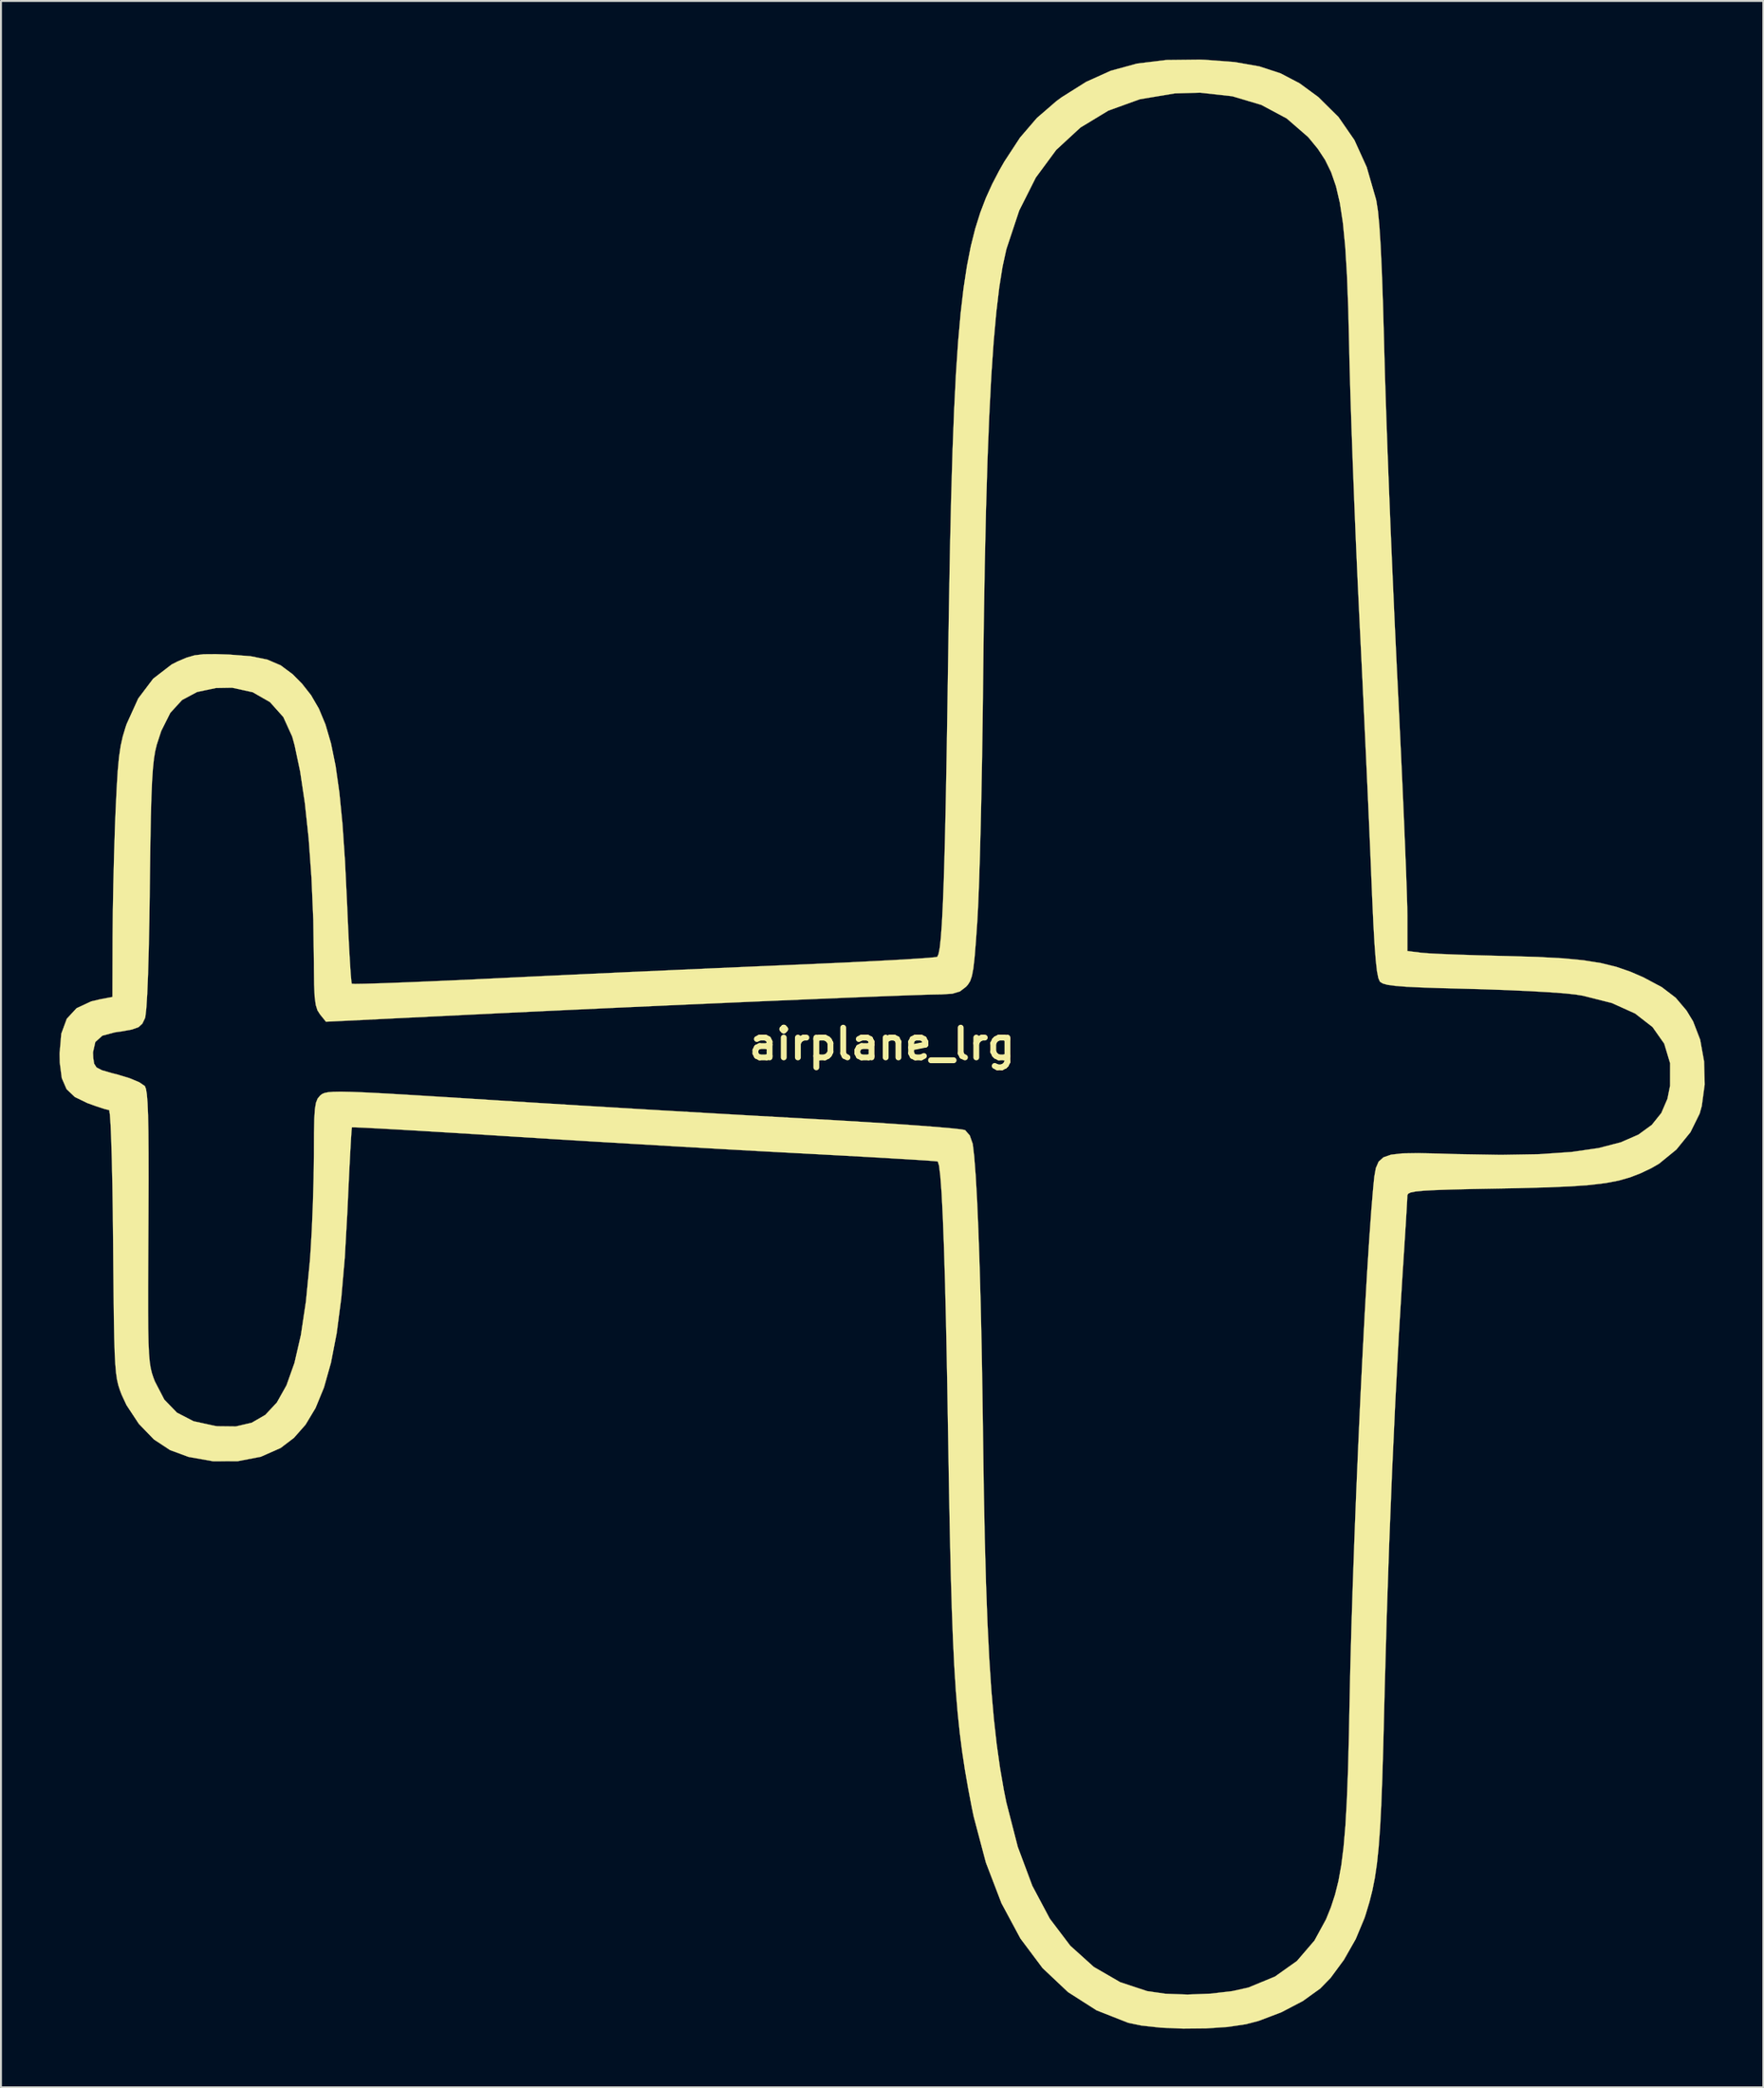
<source format=kicad_pcb>
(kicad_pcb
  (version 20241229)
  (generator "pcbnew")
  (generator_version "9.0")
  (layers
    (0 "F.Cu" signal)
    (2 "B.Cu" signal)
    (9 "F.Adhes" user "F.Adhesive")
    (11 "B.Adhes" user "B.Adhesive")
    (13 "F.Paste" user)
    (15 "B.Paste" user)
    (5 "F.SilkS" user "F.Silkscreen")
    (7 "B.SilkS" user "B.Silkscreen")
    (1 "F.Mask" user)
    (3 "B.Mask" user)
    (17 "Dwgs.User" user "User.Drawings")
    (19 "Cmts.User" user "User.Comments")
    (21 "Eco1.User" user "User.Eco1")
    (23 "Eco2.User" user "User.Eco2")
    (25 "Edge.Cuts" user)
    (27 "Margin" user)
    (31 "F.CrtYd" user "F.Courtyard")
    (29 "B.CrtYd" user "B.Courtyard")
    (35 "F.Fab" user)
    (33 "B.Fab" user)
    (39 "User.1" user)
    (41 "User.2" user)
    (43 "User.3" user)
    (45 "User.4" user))
  (footprint "airplane_lrg"
    (layer "F.Cu")
    (at 42.169 50.432)
    (property "Reference" "airplane_lrg" (at 0 0 0) (layer "F.SilkS") (effects (font (size 1.524 1.524) (thickness 0.3))))
    (attr through_hole)
    (fp_poly (pts (xy 16.554 -50.417) (xy 18.073 -50.302) (xy 19.338 -50.08) (xy 20.422 -49.725) (xy 21.399 -49.214) (xy 22.344 -48.522) (xy 22.366 -48.504) (xy 23.393 -47.487) (xy 24.208 -46.309) (xy 24.84 -44.919) (xy 25.317 -43.268) (xy 25.336 -43.18) (xy 25.414 -42.686) (xy 25.486 -41.932) (xy 25.553 -40.902) (xy 25.614 -39.582) (xy 25.672 -37.956) (xy 25.727 -36.01) (xy 25.738 -35.56) (xy 25.778 -34.123) (xy 25.834 -32.406) (xy 25.903 -30.471) (xy 25.983 -28.375) (xy 26.072 -26.178) (xy 26.168 -23.94) (xy 26.267 -21.719) (xy 26.368 -19.576) (xy 26.41 -18.721) (xy 26.503 -16.821) (xy 26.591 -14.973) (xy 26.672 -13.215) (xy 26.744 -11.58) (xy 26.806 -10.107) (xy 26.857 -8.831) (xy 26.894 -7.789) (xy 26.917 -7.016) (xy 26.924 -6.581) (xy 26.924 -4.762) (xy 27.644 -4.672) (xy 28.028 -4.642) (xy 28.688 -4.608) (xy 29.562 -4.574) (xy 30.586 -4.541) (xy 31.699 -4.512) (xy 32.004 -4.505) (xy 33.581 -4.459) (xy 34.877 -4.39) (xy 35.946 -4.288) (xy 36.845 -4.145) (xy 37.631 -3.953) (xy 38.359 -3.702) (xy 39.017 -3.417) (xy 39.969 -2.909) (xy 40.677 -2.369) (xy 41.23 -1.718) (xy 41.571 -1.157) (xy 41.933 -0.218) (xy 42.134 0.899) (xy 42.164 2.073) (xy 42.015 3.18) (xy 41.907 3.566) (xy 41.434 4.522) (xy 40.712 5.411) (xy 39.825 6.134) (xy 39.422 6.366) (xy 38.877 6.625) (xy 38.336 6.834) (xy 37.754 6.999) (xy 37.085 7.127) (xy 36.284 7.223) (xy 35.306 7.294) (xy 34.105 7.346) (xy 32.636 7.386) (xy 31.708 7.404) (xy 30.301 7.43) (xy 29.198 7.456) (xy 28.361 7.484) (xy 27.756 7.517) (xy 27.345 7.557) (xy 27.093 7.607) (xy 26.965 7.67) (xy 26.924 7.749) (xy 26.923 7.766) (xy 26.912 8.01) (xy 26.882 8.539) (xy 26.836 9.302) (xy 26.776 10.245) (xy 26.707 11.317) (xy 26.672 11.853) (xy 26.483 14.965) (xy 26.304 18.343) (xy 26.139 21.916) (xy 25.991 25.614) (xy 25.864 29.364) (xy 25.759 33.094) (xy 25.738 33.951) (xy 25.689 35.921) (xy 25.639 37.588) (xy 25.585 38.992) (xy 25.524 40.169) (xy 25.451 41.156) (xy 25.364 41.991) (xy 25.259 42.711) (xy 25.132 43.353) (xy 24.98 43.954) (xy 24.8 44.552) (xy 24.727 44.777) (xy 24.277 45.855) (xy 23.673 46.916) (xy 22.989 47.844) (xy 22.459 48.388) (xy 21.565 49.03) (xy 20.465 49.605) (xy 19.295 50.049) (xy 18.647 50.218) (xy 17.718 50.356) (xy 16.612 50.431) (xy 15.433 50.443) (xy 14.289 50.394) (xy 13.283 50.284) (xy 12.615 50.145) (xy 10.991 49.506) (xy 9.527 48.571) (xy 8.225 47.343) (xy 7.088 45.825) (xy 6.118 44.021) (xy 5.318 41.935) (xy 4.691 39.569) (xy 4.588 39.073) (xy 4.404 38.108) (xy 4.242 37.174) (xy 4.101 36.243) (xy 3.978 35.282) (xy 3.872 34.261) (xy 3.78 33.15) (xy 3.701 31.918) (xy 3.633 30.534) (xy 3.574 28.968) (xy 3.521 27.189) (xy 3.474 25.166) (xy 3.429 22.869) (xy 3.386 20.267) (xy 3.381 19.981) (xy 3.332 17.086) (xy 3.281 14.529) (xy 3.227 12.308) (xy 3.17 10.424) (xy 3.111 8.875) (xy 3.05 7.661) (xy 2.985 6.78) (xy 2.918 6.232) (xy 2.851 6.019) (xy 2.675 6) (xy 2.197 5.965) (xy 1.451 5.918) (xy 0.474 5.86) (xy -0.7 5.792) (xy -2.034 5.718) (xy -3.494 5.639) (xy -4.233 5.6) (xy -6.012 5.505) (xy -8.043 5.392) (xy -10.238 5.266) (xy -12.513 5.133) (xy -14.779 4.999) (xy -16.952 4.867) (xy -18.943 4.742) (xy -19.199 4.726) (xy -20.803 4.625) (xy -22.3 4.533) (xy -23.657 4.451) (xy -24.841 4.382) (xy -25.818 4.328) (xy -26.556 4.29) (xy -27.022 4.27) (xy -27.181 4.27) (xy -27.199 4.445) (xy -27.23 4.913) (xy -27.27 5.627) (xy -27.317 6.542) (xy -27.368 7.613) (xy -27.412 8.574) (xy -27.546 10.96) (xy -27.727 13.033) (xy -27.96 14.816) (xy -28.254 16.331) (xy -28.613 17.602) (xy -29.045 18.652) (xy -29.556 19.503) (xy -30.152 20.179) (xy -30.834 20.698) (xy -31.851 21.147) (xy -33.035 21.374) (xy -34.298 21.377) (xy -35.551 21.155) (xy -36.496 20.808) (xy -37.329 20.26) (xy -38.101 19.462) (xy -38.734 18.503) (xy -38.981 17.974) (xy -39.076 17.725) (xy -39.155 17.479) (xy -39.219 17.199) (xy -39.27 16.851) (xy -39.309 16.399) (xy -39.34 15.808) (xy -39.363 15.043) (xy -39.381 14.068) (xy -39.396 12.847) (xy -39.411 11.347) (xy -39.42 10.202) (xy -39.436 8.643) (xy -39.458 7.226) (xy -39.485 5.984) (xy -39.516 4.948) (xy -39.549 4.15) (xy -39.585 3.621) (xy -39.621 3.393) (xy -39.628 3.387) (xy -39.858 3.331) (xy -40.299 3.187) (xy -40.735 3.03) (xy -41.38 2.719) (xy -41.806 2.315) (xy -42.051 1.751) (xy -42.154 0.958) (xy -42.164 0.497) (xy -42.158 0.426) (xy -40.452 0.426) (xy -40.438 0.727) (xy -40.392 1.013) (xy -40.272 1.201) (xy -40.003 1.342) (xy -39.512 1.486) (xy -39.201 1.565) (xy -38.581 1.752) (xy -38.079 1.962) (xy -37.799 2.151) (xy -37.794 2.158) (xy -37.737 2.3) (xy -37.691 2.577) (xy -37.656 3.015) (xy -37.63 3.644) (xy -37.612 4.489) (xy -37.604 5.579) (xy -37.602 6.94) (xy -37.608 8.602) (xy -37.612 9.398) (xy -37.621 11.116) (xy -37.627 12.53) (xy -37.627 13.675) (xy -37.621 14.586) (xy -37.606 15.298) (xy -37.581 15.845) (xy -37.546 16.263) (xy -37.498 16.585) (xy -37.436 16.848) (xy -37.358 17.086) (xy -37.281 17.286) (xy -36.796 18.218) (xy -36.148 18.888) (xy -35.297 19.327) (xy -34.198 19.567) (xy -34.066 19.582) (xy -33.13 19.593) (xy -32.318 19.405) (xy -31.621 19.003) (xy -31.028 18.369) (xy -30.533 17.488) (xy -30.125 16.341) (xy -29.795 14.913) (xy -29.536 13.187) (xy -29.337 11.146) (xy -29.302 10.668) (xy -29.236 9.534) (xy -29.181 8.217) (xy -29.143 6.876) (xy -29.127 5.666) (xy -29.127 5.572) (xy -29.123 4.561) (xy -29.108 3.833) (xy -29.076 3.333) (xy -29.021 3.007) (xy -28.937 2.798) (xy -28.817 2.652) (xy -28.796 2.633) (xy -28.708 2.565) (xy -28.588 2.512) (xy -28.407 2.474) (xy -28.137 2.451) (xy -27.747 2.444) (xy -27.21 2.455) (xy -26.496 2.483) (xy -25.577 2.53) (xy -24.422 2.597) (xy -23.004 2.684) (xy -21.293 2.791) (xy -20.202 2.861) (xy -18.166 2.988) (xy -15.904 3.127) (xy -13.506 3.272) (xy -11.063 3.416) (xy -8.667 3.555) (xy -6.409 3.684) (xy -4.378 3.797) (xy -3.996 3.818) (xy -2.38 3.909) (xy -0.862 4) (xy 0.524 4.089) (xy 1.743 4.173) (xy 2.761 4.25) (xy 3.542 4.318) (xy 4.051 4.374) (xy 4.252 4.412) (xy 4.491 4.685) (xy 4.643 5.115) (xy 4.645 5.124) (xy 4.721 5.774) (xy 4.795 6.739) (xy 4.866 7.995) (xy 4.932 9.519) (xy 4.994 11.287) (xy 5.05 13.276) (xy 5.099 15.463) (xy 5.14 17.823) (xy 5.168 19.812) (xy 5.209 22.709) (xy 5.26 25.296) (xy 5.323 27.601) (xy 5.399 29.651) (xy 5.49 31.476) (xy 5.598 33.103) (xy 5.725 34.56) (xy 5.872 35.876) (xy 6.041 37.078) (xy 6.234 38.195) (xy 6.364 38.845) (xy 6.954 41.135) (xy 7.697 43.124) (xy 8.594 44.81) (xy 9.644 46.196) (xy 10.848 47.281) (xy 12.206 48.066) (xy 13.589 48.523) (xy 14.525 48.657) (xy 15.652 48.698) (xy 16.838 48.652) (xy 17.949 48.522) (xy 18.769 48.34) (xy 20.136 47.777) (xy 21.263 46.978) (xy 22.162 45.931) (xy 22.754 44.845) (xy 23.005 44.226) (xy 23.216 43.581) (xy 23.392 42.876) (xy 23.537 42.073) (xy 23.655 41.138) (xy 23.749 40.033) (xy 23.823 38.723) (xy 23.883 37.173) (xy 23.93 35.345) (xy 23.959 33.867) (xy 23.999 31.972) (xy 24.056 29.891) (xy 24.127 27.669) (xy 24.21 25.348) (xy 24.303 22.974) (xy 24.405 20.589) (xy 24.512 18.239) (xy 24.625 15.966) (xy 24.739 13.816) (xy 24.853 11.831) (xy 24.966 10.056) (xy 25.075 8.534) (xy 25.171 7.384) (xy 25.229 6.801) (xy 25.308 6.356) (xy 25.45 6.03) (xy 25.696 5.808) (xy 26.088 5.672) (xy 26.667 5.606) (xy 27.473 5.593) (xy 28.549 5.615) (xy 29.448 5.643) (xy 31.717 5.682) (xy 33.675 5.648) (xy 35.339 5.533) (xy 36.729 5.332) (xy 37.865 5.038) (xy 38.767 4.645) (xy 39.452 4.147) (xy 39.942 3.537) (xy 40.255 2.811) (xy 40.39 2.141) (xy 40.392 0.987) (xy 40.091 -0.016) (xy 39.492 -0.867) (xy 38.597 -1.561) (xy 37.409 -2.097) (xy 35.931 -2.47) (xy 35.545 -2.533) (xy 35.019 -2.59) (xy 34.22 -2.649) (xy 33.211 -2.707) (xy 32.057 -2.759) (xy 30.823 -2.803) (xy 30.018 -2.825) (xy 28.674 -2.86) (xy 27.63 -2.895) (xy 26.846 -2.933) (xy 26.284 -2.978) (xy 25.903 -3.031) (xy 25.665 -3.098) (xy 25.531 -3.18) (xy 25.512 -3.2) (xy 25.437 -3.373) (xy 25.368 -3.725) (xy 25.305 -4.283) (xy 25.244 -5.078) (xy 25.183 -6.138) (xy 25.121 -7.491) (xy 25.084 -8.382) (xy 25.034 -9.597) (xy 24.97 -11.087) (xy 24.894 -12.792) (xy 24.809 -14.648) (xy 24.718 -16.594) (xy 24.625 -18.567) (xy 24.531 -20.506) (xy 24.469 -21.759) (xy 24.378 -23.665) (xy 24.289 -25.67) (xy 24.205 -27.707) (xy 24.127 -29.711) (xy 24.059 -31.615) (xy 24.002 -33.354) (xy 23.96 -34.861) (xy 23.943 -35.645) (xy 23.894 -37.671) (xy 23.828 -39.394) (xy 23.739 -40.848) (xy 23.62 -42.067) (xy 23.464 -43.086) (xy 23.265 -43.94) (xy 23.015 -44.663) (xy 22.707 -45.29) (xy 22.335 -45.856) (xy 21.893 -46.395) (xy 21.816 -46.48) (xy 20.736 -47.415) (xy 19.438 -48.108) (xy 17.95 -48.551) (xy 16.301 -48.734) (xy 15.006 -48.698) (xy 13.209 -48.398) (xy 11.594 -47.814) (xy 10.165 -46.948) (xy 8.925 -45.804) (xy 7.878 -44.386) (xy 7.027 -42.697) (xy 6.376 -40.74) (xy 6.359 -40.675) (xy 6.172 -39.82) (xy 6.003 -38.759) (xy 5.851 -37.481) (xy 5.715 -35.97) (xy 5.595 -34.214) (xy 5.491 -32.198) (xy 5.4 -29.911) (xy 5.323 -27.336) (xy 5.259 -24.462) (xy 5.207 -21.275) (xy 5.172 -18.288) (xy 5.15 -16.461) (xy 5.122 -14.638) (xy 5.089 -12.865) (xy 5.052 -11.189) (xy 5.012 -9.659) (xy 4.97 -8.322) (xy 4.927 -7.224) (xy 4.885 -6.413) (xy 4.882 -6.354) (xy 4.806 -5.26) (xy 4.741 -4.451) (xy 4.676 -3.876) (xy 4.602 -3.483) (xy 4.512 -3.22) (xy 4.395 -3.035) (xy 4.295 -2.925) (xy 3.988 -2.691) (xy 3.594 -2.574) (xy 2.992 -2.538) (xy 2.929 -2.538) (xy 2.492 -2.53) (xy 1.749 -2.507) (xy 0.73 -2.47) (xy -0.533 -2.422) (xy -2.009 -2.363) (xy -3.666 -2.294) (xy -5.472 -2.218) (xy -7.397 -2.135) (xy -9.409 -2.046) (xy -11.477 -1.954) (xy -13.568 -1.859) (xy -15.653 -1.763) (xy -17.698 -1.667) (xy -19.674 -1.573) (xy -21.07 -1.505) (xy -28.51 -1.14) (xy -28.817 -1.52) (xy -28.947 -1.725) (xy -29.034 -2.006) (xy -29.089 -2.426) (xy -29.117 -3.048) (xy -29.127 -3.935) (xy -29.127 -4.125) (xy -29.159 -6.358) (xy -29.251 -8.504) (xy -29.396 -10.518) (xy -29.592 -12.352) (xy -29.833 -13.961) (xy -30.116 -15.298) (xy -30.238 -15.743) (xy -30.696 -16.749) (xy -31.381 -17.514) (xy -32.265 -18.02) (xy -33.319 -18.25) (xy -34.144 -18.236) (xy -35.117 -18.032) (xy -35.887 -17.62) (xy -36.487 -16.965) (xy -36.954 -16.035) (xy -37.186 -15.325) (xy -37.264 -15.002) (xy -37.328 -14.611) (xy -37.38 -14.116) (xy -37.423 -13.481) (xy -37.458 -12.668) (xy -37.486 -11.642) (xy -37.51 -10.366) (xy -37.531 -8.803) (xy -37.54 -8.043) (xy -37.563 -6.34) (xy -37.594 -4.842) (xy -37.63 -3.575) (xy -37.672 -2.562) (xy -37.718 -1.829) (xy -37.767 -1.4) (xy -37.788 -1.318) (xy -37.922 -1.041) (xy -38.117 -0.862) (xy -38.453 -0.741) (xy -39.011 -0.641) (xy -39.327 -0.597) (xy -39.971 -0.426) (xy -40.333 -0.101) (xy -40.452 0.426) (xy -42.158 0.426) (xy -42.076 -0.528) (xy -41.794 -1.293) (xy -41.294 -1.832) (xy -40.549 -2.179) (xy -40.084 -2.29) (xy -39.455 -2.408) (xy -39.447 -5.48) (xy -39.435 -6.733) (xy -39.409 -8.185) (xy -39.371 -9.695) (xy -39.326 -11.124) (xy -39.297 -11.857) (xy -39.24 -13.056) (xy -39.184 -13.98) (xy -39.118 -14.694) (xy -39.035 -15.263) (xy -38.926 -15.751) (xy -38.785 -16.222) (xy -38.726 -16.394) (xy -38.134 -17.698) (xy -37.366 -18.714) (xy -36.421 -19.441) (xy -36.109 -19.6) (xy -35.651 -19.793) (xy -35.24 -19.911) (xy -34.777 -19.966) (xy -34.159 -19.971) (xy -33.472 -19.949) (xy -32.371 -19.864) (xy -31.519 -19.692) (xy -30.83 -19.396) (xy -30.218 -18.942) (xy -29.737 -18.456) (xy -29.272 -17.865) (xy -28.873 -17.178) (xy -28.535 -16.367) (xy -28.252 -15.399) (xy -28.016 -14.245) (xy -27.822 -12.874) (xy -27.663 -11.256) (xy -27.534 -9.36) (xy -27.43 -7.211) (xy -27.38 -6.075) (xy -27.33 -5.056) (xy -27.282 -4.201) (xy -27.239 -3.557) (xy -27.203 -3.173) (xy -27.185 -3.084) (xy -27.006 -3.076) (xy -26.522 -3.084) (xy -25.768 -3.106) (xy -24.779 -3.142) (xy -23.589 -3.19) (xy -22.232 -3.249) (xy -20.743 -3.317) (xy -19.523 -3.376) (xy -17.564 -3.47) (xy -15.379 -3.572) (xy -13.065 -3.679) (xy -10.718 -3.785) (xy -8.432 -3.887) (xy -6.303 -3.98) (xy -4.608 -4.052) (xy -3.065 -4.119) (xy -1.628 -4.185) (xy -0.331 -4.25) (xy 0.79 -4.31) (xy 1.7 -4.365) (xy 2.364 -4.411) (xy 2.746 -4.448) (xy 2.828 -4.465) (xy 2.893 -4.613) (xy 2.954 -4.932) (xy 3.009 -5.437) (xy 3.061 -6.145) (xy 3.109 -7.072) (xy 3.155 -8.234) (xy 3.198 -9.647) (xy 3.24 -11.328) (xy 3.28 -13.292) (xy 3.32 -15.556) (xy 3.36 -18.135) (xy 3.377 -19.304) (xy 3.427 -22.534) (xy 3.48 -25.446) (xy 3.541 -28.062) (xy 3.61 -30.403) (xy 3.691 -32.49) (xy 3.785 -34.344) (xy 3.896 -35.987) (xy 4.025 -37.439) (xy 4.175 -38.723) (xy 4.348 -39.858) (xy 4.546 -40.867) (xy 4.773 -41.77) (xy 5.03 -42.588) (xy 5.319 -43.344) (xy 5.643 -44.057) (xy 6.005 -44.75) (xy 6.261 -45.199) (xy 7.071 -46.436) (xy 7.932 -47.437) (xy 8.931 -48.3) (xy 9.201 -48.498) (xy 10.458 -49.289) (xy 11.722 -49.858) (xy 13.067 -50.225) (xy 14.564 -50.408) (xy 16.286 -50.427) (xy 16.554 -50.417)) (stroke (width 0.01) (type solid)) (fill yes) (layer "F.SilkS")))
  (gr_rect
    (start -3 -3)
    (end 87.338 103.88)
    (stroke (width 0.1) (type default))
    (fill no)
    (layer "Edge.Cuts")))
</source>
